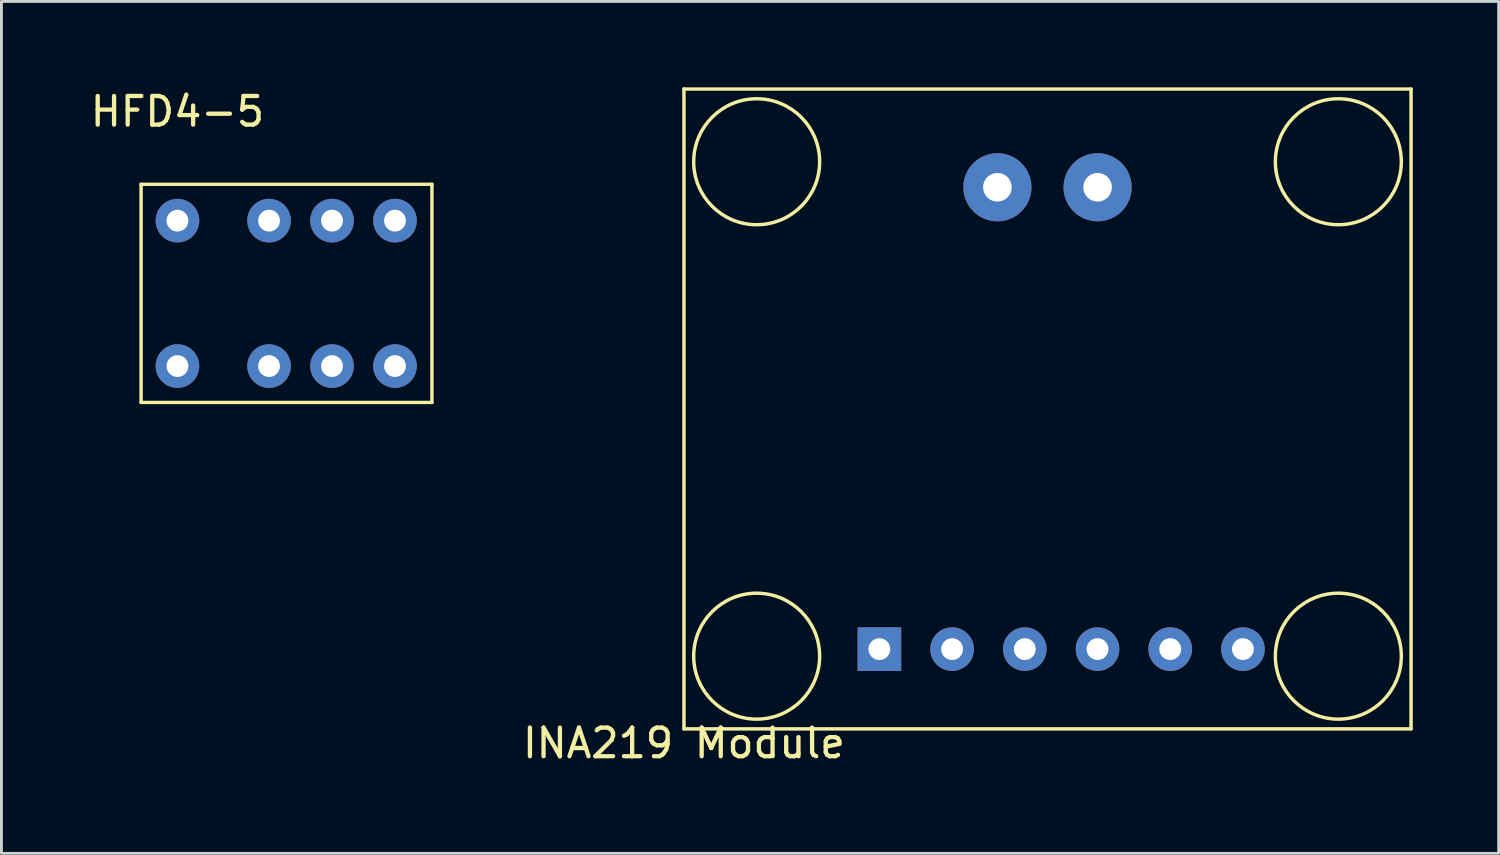
<source format=kicad_pcb>
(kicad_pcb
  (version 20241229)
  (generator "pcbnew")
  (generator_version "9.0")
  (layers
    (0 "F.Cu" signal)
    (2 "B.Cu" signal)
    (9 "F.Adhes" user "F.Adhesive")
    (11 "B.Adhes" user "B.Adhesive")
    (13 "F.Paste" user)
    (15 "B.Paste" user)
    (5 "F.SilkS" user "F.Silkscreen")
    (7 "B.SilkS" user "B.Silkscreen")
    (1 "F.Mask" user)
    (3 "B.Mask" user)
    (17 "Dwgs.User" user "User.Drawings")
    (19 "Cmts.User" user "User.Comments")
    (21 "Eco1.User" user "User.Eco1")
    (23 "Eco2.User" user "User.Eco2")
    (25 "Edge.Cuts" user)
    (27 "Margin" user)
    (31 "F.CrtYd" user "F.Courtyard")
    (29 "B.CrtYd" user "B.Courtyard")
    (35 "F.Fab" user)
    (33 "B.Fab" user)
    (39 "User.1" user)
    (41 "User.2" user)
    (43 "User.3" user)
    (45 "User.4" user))
  (footprint "HFD4-5"
    (layer "F.Cu")
    (at 3.149 4.658)
    (property "Reference" "HFD4-5" (at 0 -3.81 0) (layer "F.SilkS") (effects (font (size 1 1) (thickness 0.15))))
    (attr through_hole)
    (fp_line (start -1.27 -1.27) (end -1.27 6.35) (stroke (width 0.12) (type solid)) (layer "F.SilkS"))
    (fp_line (start -1.27 6.35) (end 8.89 6.35) (stroke (width 0.12) (type solid)) (layer "F.SilkS"))
    (fp_line (start 8.89 -1.27) (end -1.27 -1.27) (stroke (width 0.12) (type solid)) (layer "F.SilkS"))
    (fp_line (start 8.89 6.35) (end 8.89 -1.27) (stroke (width 0.12) (type solid)) (layer "F.SilkS"))
    (pad "1" thru_hole circle (at 0 0) (size 1.524 1.524) (drill 0.762) (layers "*.Cu" "*.Mask"))
    (pad "2" thru_hole circle (at 3.2 0) (size 1.524 1.524) (drill 0.762) (layers "*.Cu" "*.Mask"))
    (pad "3" thru_hole circle (at 5.4 0) (size 1.524 1.524) (drill 0.762) (layers "*.Cu" "*.Mask"))
    (pad "4" thru_hole circle (at 7.6 0) (size 1.524 1.524) (drill 0.762) (layers "*.Cu" "*.Mask"))
    (pad "5" thru_hole circle (at 7.6 5.08) (size 1.524 1.524) (drill 0.762) (layers "*.Cu" "*.Mask"))
    (pad "6" thru_hole circle (at 5.4 5.08) (size 1.524 1.524) (drill 0.762) (layers "*.Cu" "*.Mask"))
    (pad "7" thru_hole circle (at 3.2 5.08) (size 1.524 1.524) (drill 0.762) (layers "*.Cu" "*.Mask"))
    (pad "8" thru_hole circle (at 0 5.08) (size 1.524 1.524) (drill 0.762) (layers "*.Cu" "*.Mask")))
  (footprint "INA219 Module"
    (layer "F.Cu")
    (at 20.843 22.412)
    (property "Reference" "INA219 Module" (at 0 0.5 0) (layer "F.SilkS") (effects (font (size 1 1) (thickness 0.15))))
    (attr through_hole)
    (fp_line (start 0 -22.352) (end 0 0) (stroke (width 0.12) (type solid)) (layer "F.SilkS"))
    (fp_line (start 0 -22.352) (end 25.4 -22.352) (stroke (width 0.12) (type solid)) (layer "F.SilkS"))
    (fp_line (start 0 0) (end 25.4 0) (stroke (width 0.12) (type solid)) (layer "F.SilkS"))
    (fp_line (start 25.4 -22.352) (end 25.4 0) (stroke (width 0.12) (type solid)) (layer "F.SilkS"))
    (fp_circle (center 2.54 -19.812) (end 4.74 -19.812) (stroke (width 0.12) (type solid)) (fill no) (layer "F.SilkS"))
    (fp_circle (center 2.54 -2.54) (end 4.74 -2.54) (stroke (width 0.12) (type solid)) (fill no) (layer "F.SilkS"))
    (fp_circle (center 22.86 -19.812) (end 25.06 -19.812) (stroke (width 0.12) (type solid)) (fill no) (layer "F.SilkS"))
    (fp_circle (center 22.86 -2.54) (end 25.06 -2.54) (stroke (width 0.12) (type solid)) (fill no) (layer "F.SilkS"))
    (pad "1" thru_hole rect (at 6.827 -2.786) (size 1.524 1.524) (drill 0.762) (layers "*.Cu" "*.Mask"))
    (pad "2" thru_hole circle (at 9.367 -2.786) (size 1.524 1.524) (drill 0.762) (layers "*.Cu" "*.Mask"))
    (pad "3" thru_hole circle (at 11.907 -2.786) (size 1.524 1.524) (drill 0.762) (layers "*.Cu" "*.Mask"))
    (pad "4" thru_hole circle (at 14.447 -2.786) (size 1.524 1.524) (drill 0.762) (layers "*.Cu" "*.Mask"))
    (pad "5" thru_hole circle (at 16.987 -2.786) (size 1.524 1.524) (drill 0.762) (layers "*.Cu" "*.Mask"))
    (pad "6" thru_hole circle (at 19.527 -2.786) (size 1.524 1.524) (drill 0.762) (layers "*.Cu" "*.Mask"))
    (pad "7" thru_hole circle (at 10.95 -18.92) (size 2.38 2.38) (drill 1) (layers "*.Cu" "*.Mask"))
    (pad "8" thru_hole circle (at 14.45 -18.92) (size 2.38 2.38) (drill 1) (layers "*.Cu" "*.Mask")))
  (gr_rect
    (start -3 -3)
    (end 49.303 26.76)
    (stroke (width 0.1) (type default))
    (fill no)
    (layer "Edge.Cuts")))
</source>
